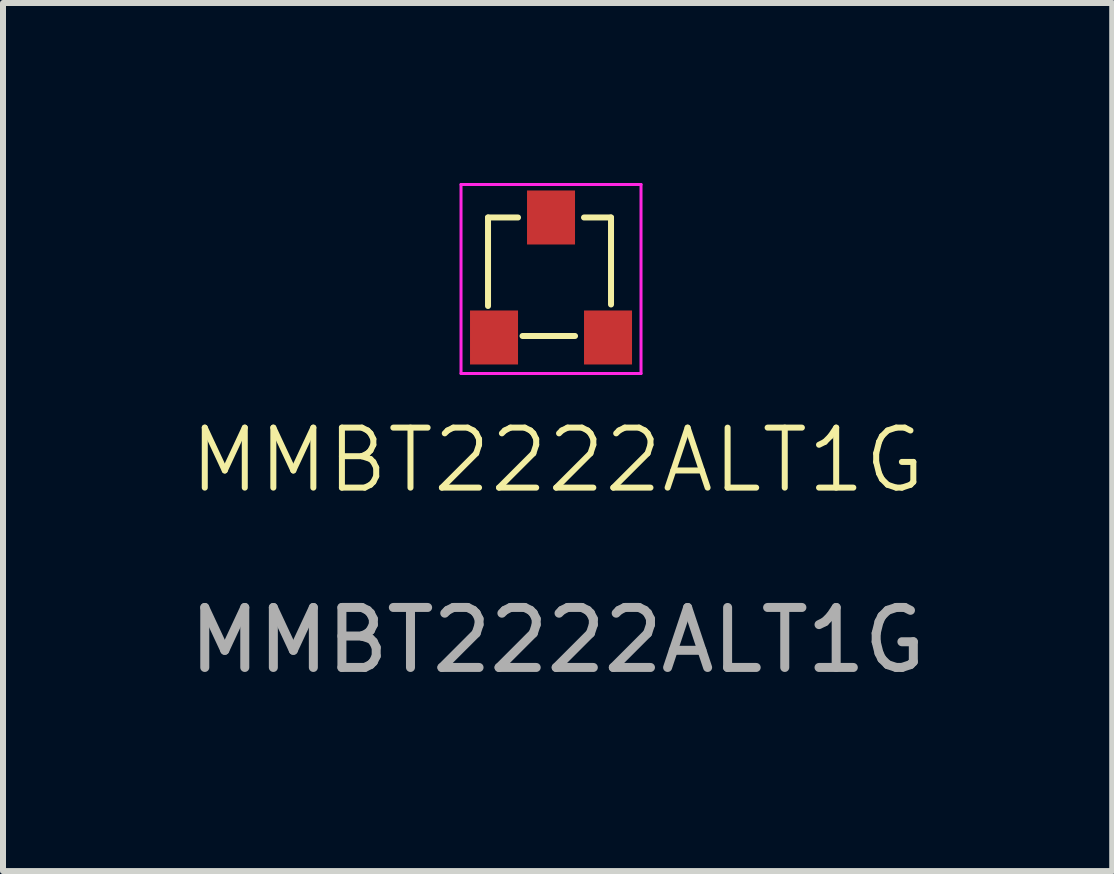
<source format=kicad_pcb>
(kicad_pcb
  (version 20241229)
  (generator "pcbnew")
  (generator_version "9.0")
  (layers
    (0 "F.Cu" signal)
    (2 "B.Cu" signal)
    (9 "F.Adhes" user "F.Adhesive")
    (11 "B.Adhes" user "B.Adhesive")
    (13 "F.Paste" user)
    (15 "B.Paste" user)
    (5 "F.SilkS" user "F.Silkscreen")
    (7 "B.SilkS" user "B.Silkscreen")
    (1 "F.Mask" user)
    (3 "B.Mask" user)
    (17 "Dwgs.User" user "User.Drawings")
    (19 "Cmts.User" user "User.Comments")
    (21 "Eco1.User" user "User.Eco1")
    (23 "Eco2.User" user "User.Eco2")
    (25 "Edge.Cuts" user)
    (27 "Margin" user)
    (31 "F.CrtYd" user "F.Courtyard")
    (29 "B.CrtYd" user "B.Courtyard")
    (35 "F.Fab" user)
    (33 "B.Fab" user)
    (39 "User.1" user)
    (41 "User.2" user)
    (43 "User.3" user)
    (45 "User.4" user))
  (footprint "MMBT2222ALT1G"
    (layer "F.Cu")
    (at 5.184 2.575)
    (property "Reference" "MMBT2222ALT1G" (at 1.06 2.045 0) (unlocked yes) (layer "F.SilkS") (effects (font (size 1 1) (thickness 0.1))))
    (attr smd)
    (fp_line (start -0.1 -2) (end -0.1 -0.525) (stroke (width 0.1) (type default)) (layer "F.SilkS"))
    (fp_line (start 0.4 -2) (end -0.1 -2) (stroke (width 0.1) (type default)) (layer "F.SilkS"))
    (fp_line (start 0.475 -0.025) (end 1.35 -0.025) (stroke (width 0.1) (type default)) (layer "F.SilkS"))
    (fp_line (start 1.5 -2) (end 1.95 -2) (stroke (width 0.1) (type default)) (layer "F.SilkS"))
    (fp_line (start 1.95 -2) (end 1.95 -0.55) (stroke (width 0.1) (type default)) (layer "F.SilkS"))
    (fp_line (start -0.55 -2.55) (end -0.55 0.6) (stroke (width 0.05) (type default)) (layer "F.CrtYd"))
    (fp_line (start -0.55 -2.55) (end 2.45 -2.55) (stroke (width 0.05) (type default)) (layer "F.CrtYd"))
    (fp_line (start -0.55 0.6) (end 2.45 0.6) (stroke (width 0.05) (type default)) (layer "F.CrtYd"))
    (fp_line (start 2.45 -2.55) (end 2.45 0.6) (stroke (width 0.05) (type default)) (layer "F.CrtYd"))
    (fp_text user "${REFERENCE}" (at 1.06 5.045 0) (unlocked yes) (layer "F.Fab") (effects (font (size 1 1) (thickness 0.15))))
    (pad "1" smd rect (at 0 0) (size 0.8 0.9) (layers "F.Cu" "F.Mask" "F.Paste"))
    (pad "2" smd rect (at 1.9 0) (size 0.8 0.9) (layers "F.Cu" "F.Mask" "F.Paste"))
    (pad "3" smd rect (at 0.95 -2 180) (size 0.8 0.9) (layers "F.Cu" "F.Mask" "F.Paste")))
  (gr_rect
    (start -3 -3)
    (end 15.488 11.468)
    (stroke (width 0.1) (type default))
    (fill no)
    (layer "Edge.Cuts")))
</source>
